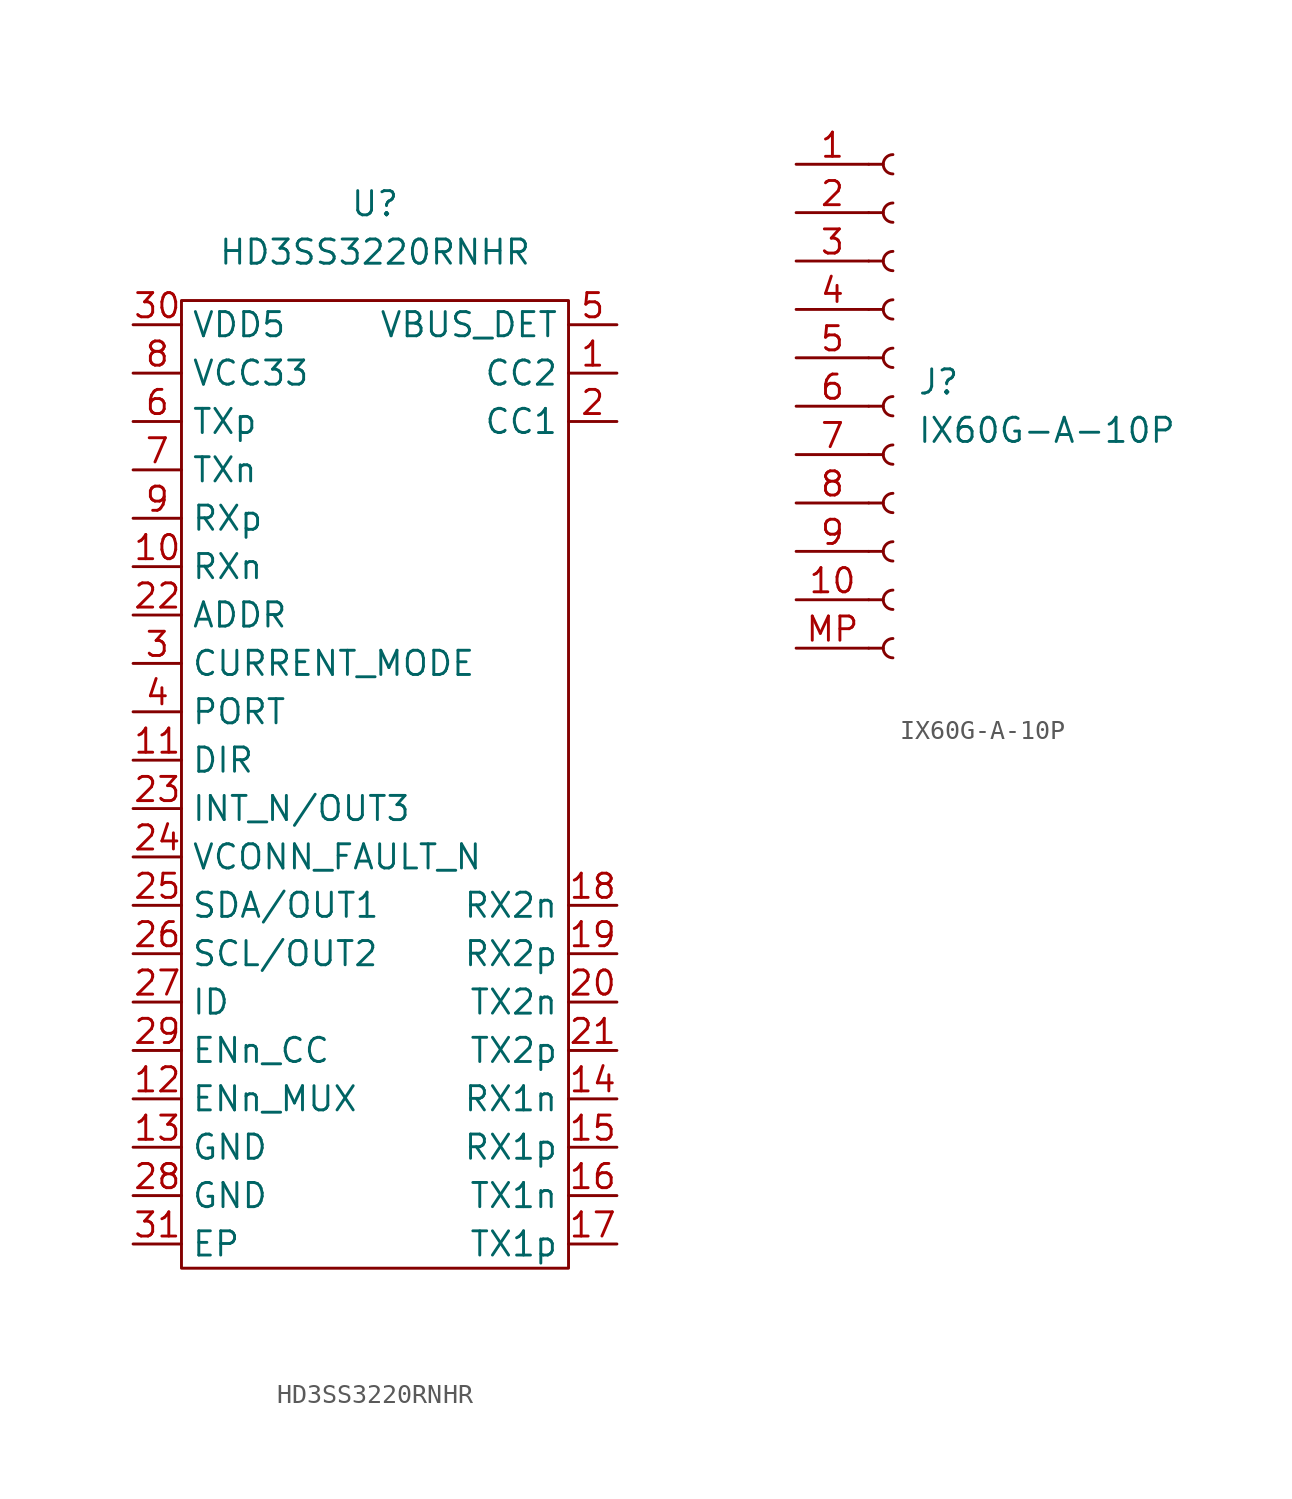
<source format=kicad_sym>
(kicad_symbol_lib
  (version 20241209)
  (generator "kicad_symbol_editor")
  (generator_version "9.0")
  (symbol "HD3SS3220RNHR"
    (property "Reference" "U"
      (at 0 5.08 0)
      (effects (font (size 1.27 1.27))))
    (property "Value" "HD3SS3220RNHR"
      (at 0 2.54 0)
      (effects (font (size 1.27 1.27))))
    (symbol "HD3SS3220RNHR_0_0"
      (pin passive line (at -12.7 -1.27 0) (length 2.54) (name "VDD5" (effects (font (size 1.27 1.27)))) (number "30" (effects (font (size 1.27 1.27)))))
      (pin passive line (at -12.7 -3.81 0) (length 2.54) (name "VCC33" (effects (font (size 1.27 1.27)))) (number "8" (effects (font (size 1.27 1.27)))))
      (pin passive line (at -12.7 -6.35 0) (length 2.54) (name "TXp" (effects (font (size 1.27 1.27)))) (number "6" (effects (font (size 1.27 1.27)))))
      (pin passive line (at -12.7 -8.89 0) (length 2.54) (name "TXn" (effects (font (size 1.27 1.27)))) (number "7" (effects (font (size 1.27 1.27)))))
      (pin passive line (at -12.7 -11.43 0) (length 2.54) (name "RXp" (effects (font (size 1.27 1.27)))) (number "9" (effects (font (size 1.27 1.27)))))
      (pin passive line (at -12.7 -13.97 0) (length 2.54) (name "RXn" (effects (font (size 1.27 1.27)))) (number "10" (effects (font (size 1.27 1.27)))))
      (pin passive line (at -12.7 -16.51 0) (length 2.54) (name "ADDR" (effects (font (size 1.27 1.27)))) (number "22" (effects (font (size 1.27 1.27)))))
      (pin passive line (at -12.7 -19.05 0) (length 2.54) (name "CURRENT_MODE" (effects (font (size 1.27 1.27)))) (number "3" (effects (font (size 1.27 1.27)))))
      (pin passive line (at -12.7 -21.59 0) (length 2.54) (name "PORT" (effects (font (size 1.27 1.27)))) (number "4" (effects (font (size 1.27 1.27)))))
      (pin passive line (at -12.7 -24.13 0) (length 2.54) (name "DIR" (effects (font (size 1.27 1.27)))) (number "11" (effects (font (size 1.27 1.27)))))
      (pin passive line (at -12.7 -26.67 0) (length 2.54) (name "INT_N/OUT3" (effects (font (size 1.27 1.27)))) (number "23" (effects (font (size 1.27 1.27)))))
      (pin passive line (at -12.7 -29.21 0) (length 2.54) (name "VCONN_FAULT_N" (effects (font (size 1.27 1.27)))) (number "24" (effects (font (size 1.27 1.27)))))
      (pin passive line (at -12.7 -31.75 0) (length 2.54) (name "SDA/OUT1" (effects (font (size 1.27 1.27)))) (number "25" (effects (font (size 1.27 1.27)))))
      (pin passive line (at -12.7 -34.29 0) (length 2.54) (name "SCL/OUT2" (effects (font (size 1.27 1.27)))) (number "26" (effects (font (size 1.27 1.27)))))
      (pin passive line (at -12.7 -36.83 0) (length 2.54) (name "ID" (effects (font (size 1.27 1.27)))) (number "27" (effects (font (size 1.27 1.27)))))
      (pin passive line (at -12.7 -39.37 0) (length 2.54) (name "ENn_CC" (effects (font (size 1.27 1.27)))) (number "29" (effects (font (size 1.27 1.27)))))
      (pin passive line (at -12.7 -41.91 0) (length 2.54) (name "ENn_MUX" (effects (font (size 1.27 1.27)))) (number "12" (effects (font (size 1.27 1.27)))))
      (pin passive line (at -12.7 -44.45 0) (length 2.54) (name "GND" (effects (font (size 1.27 1.27)))) (number "13" (effects (font (size 1.27 1.27)))))
      (pin passive line (at -12.7 -46.99 0) (length 2.54) (name "GND" (effects (font (size 1.27 1.27)))) (number "28" (effects (font (size 1.27 1.27)))))
      (pin passive line (at -12.7 -49.53 0) (length 2.54) (name "EP" (effects (font (size 1.27 1.27)))) (number "31" (effects (font (size 1.27 1.27)))))
      (pin passive line (at 12.7 -1.27 180) (length 2.54) (name "VBUS_DET" (effects (font (size 1.27 1.27)))) (number "5" (effects (font (size 1.27 1.27)))))
      (pin passive line (at 12.7 -3.81 180) (length 2.54) (name "CC2" (effects (font (size 1.27 1.27)))) (number "1" (effects (font (size 1.27 1.27)))))
      (pin passive line (at 12.7 -6.35 180) (length 2.54) (name "CC1" (effects (font (size 1.27 1.27)))) (number "2" (effects (font (size 1.27 1.27)))))
      (pin passive line (at 12.7 -31.75 180) (length 2.54) (name "RX2n" (effects (font (size 1.27 1.27)))) (number "18" (effects (font (size 1.27 1.27)))))
      (pin passive line (at 12.7 -34.29 180) (length 2.54) (name "RX2p" (effects (font (size 1.27 1.27)))) (number "19" (effects (font (size 1.27 1.27)))))
      (pin passive line (at 12.7 -36.83 180) (length 2.54) (name "TX2n" (effects (font (size 1.27 1.27)))) (number "20" (effects (font (size 1.27 1.27)))))
      (pin passive line (at 12.7 -39.37 180) (length 2.54) (name "TX2p" (effects (font (size 1.27 1.27)))) (number "21" (effects (font (size 1.27 1.27)))))
      (pin passive line (at 12.7 -41.91 180) (length 2.54) (name "RX1n" (effects (font (size 1.27 1.27)))) (number "14" (effects (font (size 1.27 1.27)))))
      (pin passive line (at 12.7 -44.45 180) (length 2.54) (name "RX1p" (effects (font (size 1.27 1.27)))) (number "15" (effects (font (size 1.27 1.27)))))
      (pin passive line (at 12.7 -46.99 180) (length 2.54) (name "TX1n" (effects (font (size 1.27 1.27)))) (number "16" (effects (font (size 1.27 1.27)))))
      (pin passive line (at 12.7 -49.53 180) (length 2.54) (name "TX1p" (effects (font (size 1.27 1.27)))) (number "17" (effects (font (size 1.27 1.27))))))
    (symbol "HD3SS3220RNHR_0_1"
      (rectangle (start -10.16 0) (end 10.16 -50.8) (stroke (width 0) (type default)) (fill (type none)))))
  (symbol "IX60G-A-10P"
    (pin_names
      (offset 1.016)
      (hide yes))
    (property "Reference" "J"
      (at 1.27 1.27 0)
      (effects (font (size 1.27 1.27)) (justify left)))
    (property "Value" "IX60G-A-10P"
      (at 1.27 -1.27 0)
      (effects (font (size 1.27 1.27)) (justify left)))
    (symbol "IX60G-A-10P_1_1"
      (polyline (pts (xy -1.27 12.7) (xy -0.508 12.7)) (stroke (width 0.152) (type default)) (fill (type none)))
      (polyline (pts (xy -1.27 10.16) (xy -0.508 10.16)) (stroke (width 0.152) (type default)) (fill (type none)))
      (polyline (pts (xy -1.27 7.62) (xy -0.508 7.62)) (stroke (width 0.152) (type default)) (fill (type none)))
      (polyline (pts (xy -1.27 5.08) (xy -0.508 5.08)) (stroke (width 0.152) (type default)) (fill (type none)))
      (polyline (pts (xy -1.27 2.54) (xy -0.508 2.54)) (stroke (width 0.152) (type default)) (fill (type none)))
      (polyline (pts (xy -1.27 0) (xy -0.508 0)) (stroke (width 0.152) (type default)) (fill (type none)))
      (polyline (pts (xy -1.27 -2.54) (xy -0.508 -2.54)) (stroke (width 0.152) (type default)) (fill (type none)))
      (polyline (pts (xy -1.27 -5.08) (xy -0.508 -5.08)) (stroke (width 0.152) (type default)) (fill (type none)))
      (polyline (pts (xy -1.27 -7.62) (xy -0.508 -7.62)) (stroke (width 0.152) (type default)) (fill (type none)))
      (polyline (pts (xy -1.27 -10.16) (xy -0.508 -10.16)) (stroke (width 0.152) (type default)) (fill (type none)))
      (polyline (pts (xy -1.27 -12.7) (xy -0.508 -12.7)) (stroke (width 0.152) (type default)) (fill (type none)))
      (arc (start 0 12.192) (mid -0.5058 12.7) (end 0 13.208) (stroke (width 0.1524) (type default)) (fill (type none)))
      (arc (start 0 9.652) (mid -0.5058 10.16) (end 0 10.668) (stroke (width 0.1524) (type default)) (fill (type none)))
      (arc (start 0 7.112) (mid -0.5058 7.62) (end 0 8.128) (stroke (width 0.1524) (type default)) (fill (type none)))
      (arc (start 0 4.572) (mid -0.5058 5.08) (end 0 5.588) (stroke (width 0.1524) (type default)) (fill (type none)))
      (arc (start 0 2.032) (mid -0.5058 2.54) (end 0 3.048) (stroke (width 0.1524) (type default)) (fill (type none)))
      (arc (start 0 -0.508) (mid -0.5058 0) (end 0 0.508) (stroke (width 0.1524) (type default)) (fill (type none)))
      (arc (start 0 -3.048) (mid -0.5058 -2.54) (end 0 -2.032) (stroke (width 0.1524) (type default)) (fill (type none)))
      (arc (start 0 -5.588) (mid -0.5058 -5.08) (end 0 -4.572) (stroke (width 0.1524) (type default)) (fill (type none)))
      (arc (start 0 -8.128) (mid -0.5058 -7.62) (end 0 -7.112) (stroke (width 0.1524) (type default)) (fill (type none)))
      (arc (start 0 -10.668) (mid -0.5058 -10.16) (end 0 -9.652) (stroke (width 0.1524) (type default)) (fill (type none)))
      (arc (start 0 -13.208) (mid -0.5058 -12.7) (end 0 -12.192) (stroke (width 0.1524) (type default)) (fill (type none)))
      (pin passive line (at -5.08 12.7 0) (length 3.81) (name "Pin_1" (effects (font (size 1.27 1.27)))) (number "1" (effects (font (size 1.27 1.27)))))
      (pin passive line (at -5.08 10.16 0) (length 3.81) (name "Pin_2" (effects (font (size 1.27 1.27)))) (number "2" (effects (font (size 1.27 1.27)))))
      (pin passive line (at -5.08 7.62 0) (length 3.81) (name "Pin_3" (effects (font (size 1.27 1.27)))) (number "3" (effects (font (size 1.27 1.27)))))
      (pin passive line (at -5.08 5.08 0) (length 3.81) (name "Pin_4" (effects (font (size 1.27 1.27)))) (number "4" (effects (font (size 1.27 1.27)))))
      (pin passive line (at -5.08 2.54 0) (length 3.81) (name "Pin_5" (effects (font (size 1.27 1.27)))) (number "5" (effects (font (size 1.27 1.27)))))
      (pin passive line (at -5.08 0 0) (length 3.81) (name "Pin_6" (effects (font (size 1.27 1.27)))) (number "6" (effects (font (size 1.27 1.27)))))
      (pin passive line (at -5.08 -2.54 0) (length 3.81) (name "Pin_7" (effects (font (size 1.27 1.27)))) (number "7" (effects (font (size 1.27 1.27)))))
      (pin passive line (at -5.08 -5.08 0) (length 3.81) (name "Pin_8" (effects (font (size 1.27 1.27)))) (number "8" (effects (font (size 1.27 1.27)))))
      (pin passive line (at -5.08 -7.62 0) (length 3.81) (name "Pin_9" (effects (font (size 1.27 1.27)))) (number "9" (effects (font (size 1.27 1.27)))))
      (pin passive line (at -5.08 -10.16 0) (length 3.81) (name "Pin_10" (effects (font (size 1.27 1.27)))) (number "10" (effects (font (size 1.27 1.27)))))
      (pin passive line (at -5.08 -12.7 0) (length 3.81) (name "Pin_11" (effects (font (size 1.27 1.27)))) (number "MP" (effects (font (size 1.27 1.27))))))))
</source>
